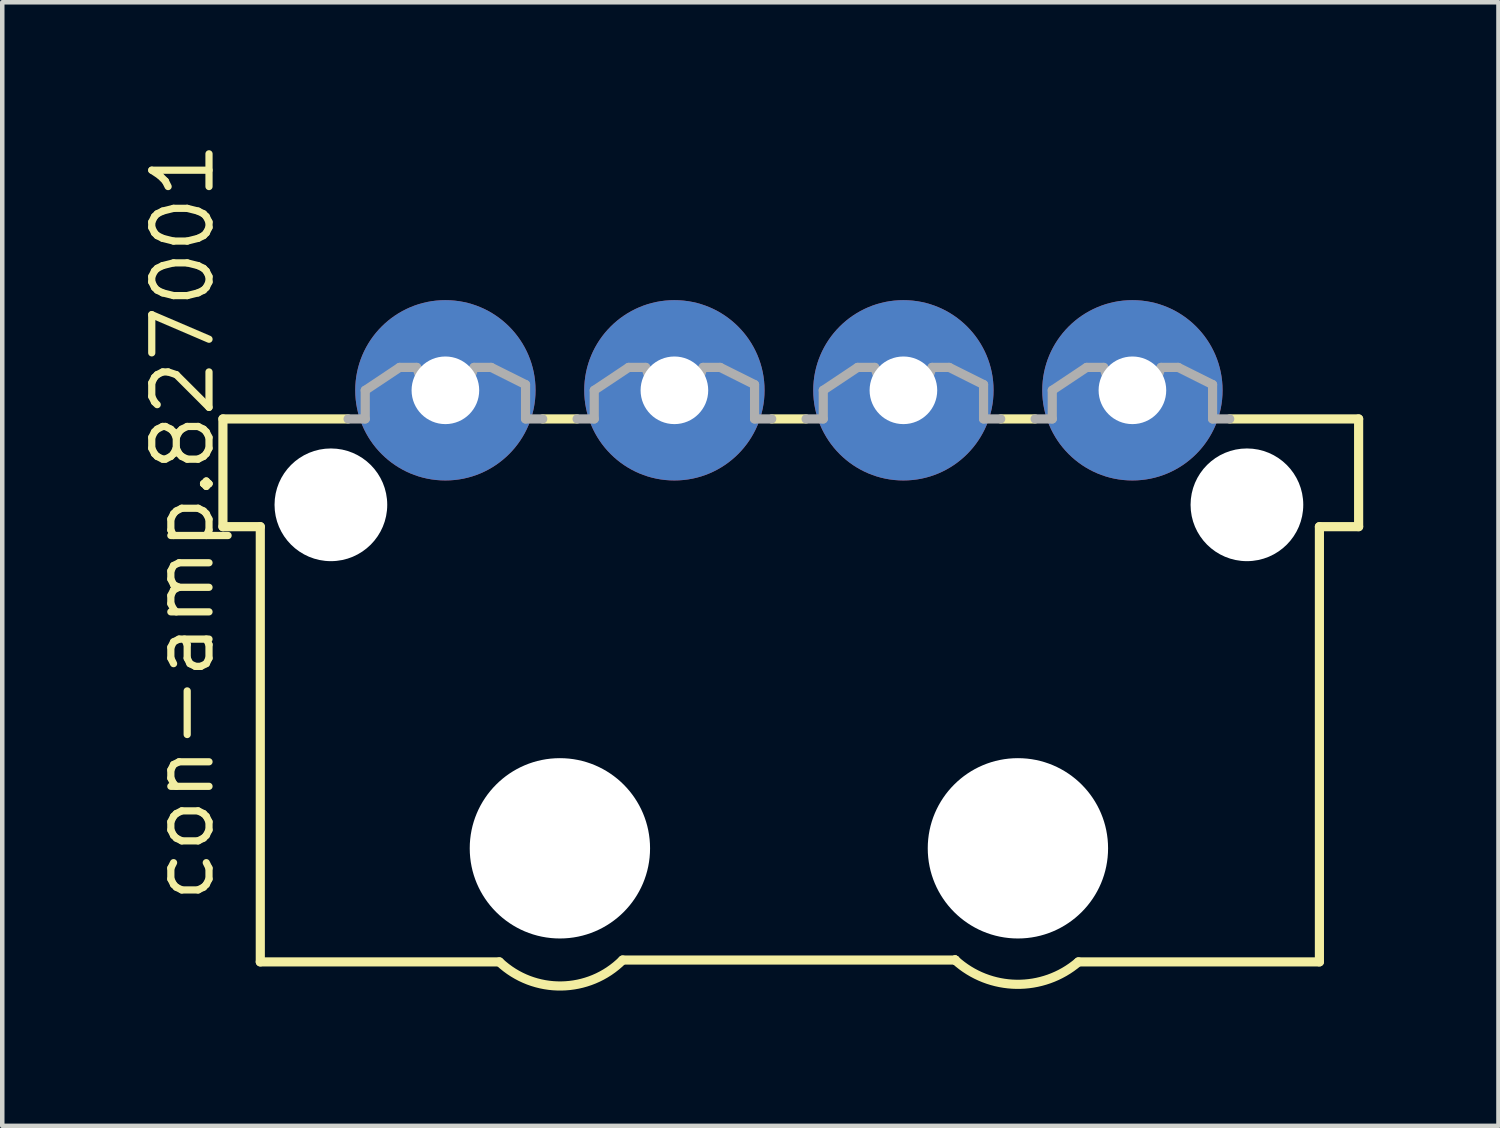
<source format=kicad_pcb>
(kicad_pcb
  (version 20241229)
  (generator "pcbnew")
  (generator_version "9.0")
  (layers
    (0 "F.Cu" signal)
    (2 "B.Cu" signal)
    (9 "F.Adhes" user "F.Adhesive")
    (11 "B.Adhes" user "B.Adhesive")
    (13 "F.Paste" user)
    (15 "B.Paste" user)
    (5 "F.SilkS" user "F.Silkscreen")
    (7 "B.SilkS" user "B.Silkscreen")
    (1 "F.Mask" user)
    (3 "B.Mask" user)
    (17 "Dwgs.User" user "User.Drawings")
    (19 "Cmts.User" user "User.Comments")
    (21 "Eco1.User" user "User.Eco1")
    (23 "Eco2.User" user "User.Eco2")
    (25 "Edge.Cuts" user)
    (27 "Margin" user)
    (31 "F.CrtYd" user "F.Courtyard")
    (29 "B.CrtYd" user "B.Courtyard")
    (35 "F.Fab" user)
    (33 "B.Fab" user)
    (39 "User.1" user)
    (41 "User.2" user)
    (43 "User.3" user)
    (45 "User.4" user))
  (footprint "con-amp.827001"
    (layer "F.Cu")
    (at 14.45 5.608)
    (property "Reference" "con-amp.827001" (at -12.7 11.43 90) (layer "F.SilkS") (effects (font (size 1.27 1.27) (thickness 0.16)) (justify left bottom)))
    (attr through_hole)
    (fp_line (start -12.555 3.025) (end -12.555 0.635) (stroke (width 0.203) (type default)) (layer "F.SilkS"))
    (fp_line (start -11.726 3.025) (end -12.555 3.025) (stroke (width 0.203) (type default)) (layer "F.SilkS"))
    (fp_line (start -11.726 12.679) (end -11.726 3.025) (stroke (width 0.203) (type default)) (layer "F.SilkS"))
    (fp_line (start -9.779 0.635) (end -12.555 0.635) (stroke (width 0.203) (type default)) (layer "F.SilkS"))
    (fp_line (start -6.423 12.679) (end -11.726 12.679) (stroke (width 0.203) (type default)) (layer "F.SilkS"))
    (fp_line (start -4.699 0.635) (end -5.461 0.635) (stroke (width 0.203) (type default)) (layer "F.SilkS"))
    (fp_line (start 0.381 0.635) (end -0.381 0.635) (stroke (width 0.203) (type default)) (layer "F.SilkS"))
    (fp_line (start 3.688 12.638) (end 3.688 12.638) (stroke (width 0.203) (type default)) (layer "F.SilkS"))
    (fp_line (start 3.688 12.638) (end -3.688 12.638) (stroke (width 0.203) (type default)) (layer "F.SilkS"))
    (fp_line (start 5.461 0.635) (end 4.699 0.635) (stroke (width 0.203) (type default)) (layer "F.SilkS"))
    (fp_line (start 9.779 0.635) (end 12.638 0.635) (stroke (width 0.203) (type default)) (layer "F.SilkS"))
    (fp_line (start 11.768 3.025) (end 11.768 12.679) (stroke (width 0.203) (type default)) (layer "F.SilkS"))
    (fp_line (start 11.768 12.679) (end 6.423 12.679) (stroke (width 0.203) (type default)) (layer "F.SilkS"))
    (fp_line (start 12.638 0.635) (end 12.638 3.025) (stroke (width 0.203) (type default)) (layer "F.SilkS"))
    (fp_line (start 12.638 3.025) (end 11.768 3.025) (stroke (width 0.203) (type default)) (layer "F.SilkS"))
    (fp_arc (start -3.6878 12.638) (mid -5.046798 13.213697) (end -6.4226 12.6794) (stroke (width 0.2032) (type default)) (layer "F.SilkS"))
    (fp_arc (start 3.6878 12.6379) (mid 3.687821 12.63795) (end 3.6878 12.638) (stroke (width 0.2032) (type default)) (layer "F.SilkS"))
    (fp_arc (start 6.4226 12.6794) (mid 5.047358 13.176728) (end 3.6878 12.638) (stroke (width 0.2032) (type default)) (layer "F.SilkS"))
    (fp_line (start -9.398 0) (end -9.398 0.635) (stroke (width 0.203) (type default)) (layer "F.Fab"))
    (fp_line (start -9.398 0.635) (end -9.779 0.635) (stroke (width 0.203) (type default)) (layer "F.Fab"))
    (fp_line (start -8.636 -0.508) (end -9.398 0) (stroke (width 0.203) (type default)) (layer "F.Fab"))
    (fp_line (start -8.255 -0.508) (end -8.636 -0.508) (stroke (width 0.203) (type default)) (layer "F.Fab"))
    (fp_line (start -8.128 -0.127) (end -8.255 -0.508) (stroke (width 0.203) (type default)) (layer "F.Fab"))
    (fp_line (start -7.112 -0.127) (end -8.128 -0.127) (stroke (width 0.203) (type default)) (layer "F.Fab"))
    (fp_line (start -6.985 -0.508) (end -7.112 -0.127) (stroke (width 0.203) (type default)) (layer "F.Fab"))
    (fp_line (start -6.604 -0.508) (end -6.985 -0.508) (stroke (width 0.203) (type default)) (layer "F.Fab"))
    (fp_line (start -5.842 -0.127) (end -6.604 -0.508) (stroke (width 0.203) (type default)) (layer "F.Fab"))
    (fp_line (start -5.842 0.635) (end -5.842 -0.127) (stroke (width 0.203) (type default)) (layer "F.Fab"))
    (fp_line (start -5.461 0.635) (end -5.842 0.635) (stroke (width 0.203) (type default)) (layer "F.Fab"))
    (fp_line (start -4.318 0) (end -4.318 0.635) (stroke (width 0.203) (type default)) (layer "F.Fab"))
    (fp_line (start -4.318 0.635) (end -4.699 0.635) (stroke (width 0.203) (type default)) (layer "F.Fab"))
    (fp_line (start -3.556 -0.508) (end -4.318 0) (stroke (width 0.203) (type default)) (layer "F.Fab"))
    (fp_line (start -3.175 -0.508) (end -3.556 -0.508) (stroke (width 0.203) (type default)) (layer "F.Fab"))
    (fp_line (start -3.048 -0.127) (end -3.175 -0.508) (stroke (width 0.203) (type default)) (layer "F.Fab"))
    (fp_line (start -2.032 -0.127) (end -3.048 -0.127) (stroke (width 0.203) (type default)) (layer "F.Fab"))
    (fp_line (start -1.905 -0.508) (end -2.032 -0.127) (stroke (width 0.203) (type default)) (layer "F.Fab"))
    (fp_line (start -1.524 -0.508) (end -1.905 -0.508) (stroke (width 0.203) (type default)) (layer "F.Fab"))
    (fp_line (start -0.762 -0.127) (end -1.524 -0.508) (stroke (width 0.203) (type default)) (layer "F.Fab"))
    (fp_line (start -0.762 0.635) (end -0.762 -0.127) (stroke (width 0.203) (type default)) (layer "F.Fab"))
    (fp_line (start -0.381 0.635) (end -0.762 0.635) (stroke (width 0.203) (type default)) (layer "F.Fab"))
    (fp_line (start 0.762 0) (end 0.762 0.635) (stroke (width 0.203) (type default)) (layer "F.Fab"))
    (fp_line (start 0.762 0.635) (end 0.381 0.635) (stroke (width 0.203) (type default)) (layer "F.Fab"))
    (fp_line (start 1.524 -0.508) (end 0.762 0) (stroke (width 0.203) (type default)) (layer "F.Fab"))
    (fp_line (start 1.905 -0.508) (end 1.524 -0.508) (stroke (width 0.203) (type default)) (layer "F.Fab"))
    (fp_line (start 2.032 -0.127) (end 1.905 -0.508) (stroke (width 0.203) (type default)) (layer "F.Fab"))
    (fp_line (start 3.048 -0.127) (end 2.032 -0.127) (stroke (width 0.203) (type default)) (layer "F.Fab"))
    (fp_line (start 3.175 -0.508) (end 3.048 -0.127) (stroke (width 0.203) (type default)) (layer "F.Fab"))
    (fp_line (start 3.556 -0.508) (end 3.175 -0.508) (stroke (width 0.203) (type default)) (layer "F.Fab"))
    (fp_line (start 4.318 -0.127) (end 3.556 -0.508) (stroke (width 0.203) (type default)) (layer "F.Fab"))
    (fp_line (start 4.318 0.635) (end 4.318 -0.127) (stroke (width 0.203) (type default)) (layer "F.Fab"))
    (fp_line (start 4.699 0.635) (end 4.318 0.635) (stroke (width 0.203) (type default)) (layer "F.Fab"))
    (fp_line (start 5.842 0) (end 5.842 0.635) (stroke (width 0.203) (type default)) (layer "F.Fab"))
    (fp_line (start 5.842 0.635) (end 5.461 0.635) (stroke (width 0.203) (type default)) (layer "F.Fab"))
    (fp_line (start 6.604 -0.508) (end 5.842 0) (stroke (width 0.203) (type default)) (layer "F.Fab"))
    (fp_line (start 6.985 -0.508) (end 6.604 -0.508) (stroke (width 0.203) (type default)) (layer "F.Fab"))
    (fp_line (start 7.112 -0.127) (end 6.985 -0.508) (stroke (width 0.203) (type default)) (layer "F.Fab"))
    (fp_line (start 8.128 -0.127) (end 7.112 -0.127) (stroke (width 0.203) (type default)) (layer "F.Fab"))
    (fp_line (start 8.255 -0.508) (end 8.128 -0.127) (stroke (width 0.203) (type default)) (layer "F.Fab"))
    (fp_line (start 8.636 -0.508) (end 8.255 -0.508) (stroke (width 0.203) (type default)) (layer "F.Fab"))
    (fp_line (start 9.398 -0.127) (end 8.636 -0.508) (stroke (width 0.203) (type default)) (layer "F.Fab"))
    (fp_line (start 9.398 0.635) (end 9.398 -0.127) (stroke (width 0.203) (type default)) (layer "F.Fab"))
    (fp_line (start 9.779 0.635) (end 9.398 0.635) (stroke (width 0.203) (type default)) (layer "F.Fab"))
    (pad "" np_thru_hole circle (at -10.16 2.54) (size 2.5 2.5) (drill 2.5) (layers "*.Cu" "*.Mask"))
    (pad "" np_thru_hole circle (at -5.08 10.16) (size 4 4) (drill 4) (layers "*.Cu" "*.Mask"))
    (pad "" np_thru_hole circle (at 5.08 10.16) (size 4 4) (drill 4) (layers "*.Cu" "*.Mask"))
    (pad "" np_thru_hole circle (at 10.16 2.54) (size 2.5 2.5) (drill 2.5) (layers "*.Cu" "*.Mask"))
    (pad "1" thru_hole circle (at -7.62 0) (size 4 4) (drill 1.5) (layers "*.Cu" "*.Mask"))
    (pad "2" thru_hole circle (at -2.54 0) (size 4 4) (drill 1.5) (layers "*.Cu" "*.Mask"))
    (pad "3" thru_hole circle (at 2.54 0) (size 4 4) (drill 1.5) (layers "*.Cu" "*.Mask"))
    (pad "4" thru_hole circle (at 7.62 0) (size 4 4) (drill 1.5) (layers "*.Cu" "*.Mask")))
  (gr_rect
    (start -3 -3)
    (end 30.19 21.924)
    (stroke (width 0.1) (type default))
    (fill no)
    (layer "Edge.Cuts")))
</source>
